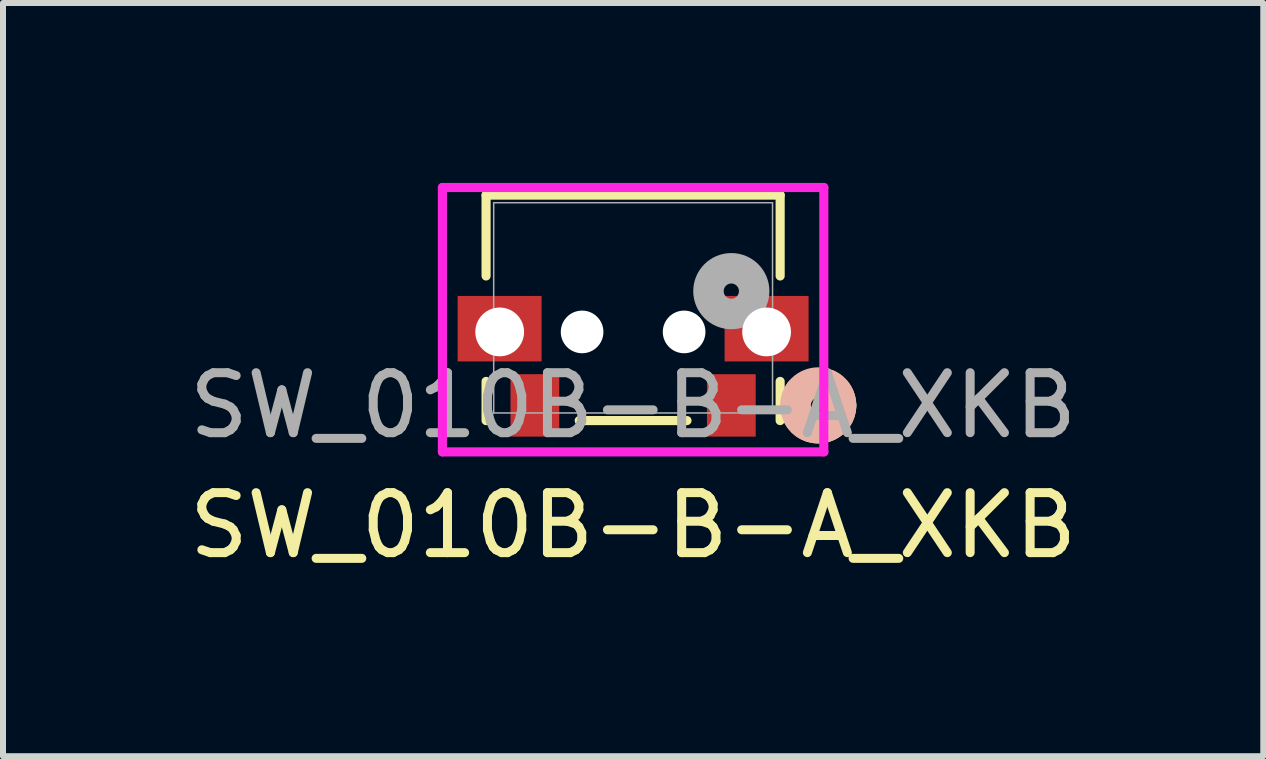
<source format=kicad_pcb>
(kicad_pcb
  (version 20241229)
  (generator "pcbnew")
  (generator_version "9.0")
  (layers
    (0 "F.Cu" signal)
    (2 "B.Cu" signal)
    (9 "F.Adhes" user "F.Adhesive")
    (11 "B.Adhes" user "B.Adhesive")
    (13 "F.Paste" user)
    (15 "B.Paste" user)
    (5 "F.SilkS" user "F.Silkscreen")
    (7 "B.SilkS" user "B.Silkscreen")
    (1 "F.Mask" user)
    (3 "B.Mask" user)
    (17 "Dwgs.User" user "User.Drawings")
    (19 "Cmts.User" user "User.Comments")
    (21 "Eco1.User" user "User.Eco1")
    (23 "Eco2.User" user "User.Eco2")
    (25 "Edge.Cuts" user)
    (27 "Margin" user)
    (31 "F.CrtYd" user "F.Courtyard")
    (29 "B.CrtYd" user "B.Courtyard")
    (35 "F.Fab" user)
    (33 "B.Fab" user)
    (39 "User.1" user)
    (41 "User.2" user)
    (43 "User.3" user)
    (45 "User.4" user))
  (footprint "SW_010B-B-A_XKB"
    (layer "F.Cu")
    (at 9.143 3.709)
    (property "Reference" "SW_010B-B-A_XKB" (at -1.637 2 0) (unlocked yes) (layer "F.SilkS") (effects (font (size 1 1) (thickness 0.15))))
    (attr smd)
    (fp_poly (pts (xy -4.563 -1.825) (xy -3.163 -1.825) (xy -3.163 -0.733) (xy -4.563 -0.733)) (stroke (width 0) (type solid)) (fill yes) (layer "F.Cu"))
    (fp_poly (pts (xy -0.112 -0.733) (xy -0.112 -1.825) (xy 1.288 -1.825) (xy 1.288 -0.733)) (stroke (width 0) (type solid)) (fill yes) (layer "F.Cu"))
    (fp_poly (pts (xy -4.563 -1.825) (xy -3.163 -1.825) (xy -3.163 -0.733) (xy -4.563 -0.733)) (stroke (width 0) (type solid)) (fill yes) (layer "F.Mask"))
    (fp_poly (pts (xy -0.112 -0.733) (xy -0.112 -1.825) (xy 1.288 -1.825) (xy 1.288 -0.733)) (stroke (width 0) (type solid)) (fill yes) (layer "F.Mask"))
    (fp_line (start -4.089 -3.506) (end -4.089 -2.158) (stroke (width 0.152) (type solid)) (layer "F.SilkS"))
    (fp_line (start -4.089 -0.4) (end -4.089 0.253) (stroke (width 0.152) (type solid)) (layer "F.SilkS"))
    (fp_line (start -2.536 0.253) (end -0.739 0.253) (stroke (width 0.152) (type solid)) (layer "F.SilkS"))
    (fp_line (start 0.814 -3.506) (end -4.089 -3.506) (stroke (width 0.152) (type solid)) (layer "F.SilkS"))
    (fp_line (start 0.814 -2.158) (end 0.814 -3.506) (stroke (width 0.152) (type solid)) (layer "F.SilkS"))
    (fp_line (start 0.814 0.253) (end 0.814 -0.4) (stroke (width 0.152) (type solid)) (layer "F.SilkS"))
    (fp_arc (start 1.615955 -0.342277) (mid 1.771805 -0.201741) (end 1.8296 0) (stroke (width 0.508) (type solid)) (layer "F.SilkS"))
    (fp_arc (start 1.8296 0) (mid 1.33164 0.362603) (end 1.13941 -0.222626) (stroke (width 0.508) (type solid)) (layer "F.SilkS"))
    (fp_circle (center 1.449 0) (end 1.83 0) (stroke (width 0.508) (type solid)) (fill no) (layer "B.SilkS"))
    (fp_poly (pts (xy -4.563 -1.825) (xy -3.163 -1.825) (xy -3.163 -0.733) (xy -4.563 -0.733)) (stroke (width 0) (type solid)) (fill yes) (layer "F.Paste"))
    (fp_poly (pts (xy -0.112 -0.733) (xy -0.112 -1.825) (xy 1.288 -1.825) (xy 1.288 -0.733)) (stroke (width 0) (type solid)) (fill yes) (layer "F.Paste"))
    (fp_line (start -4.817 -3.633) (end -4.817 0.775) (stroke (width 0.152) (type solid)) (layer "F.CrtYd"))
    (fp_line (start -4.817 0.775) (end 1.542 0.775) (stroke (width 0.152) (type solid)) (layer "F.CrtYd"))
    (fp_line (start 1.542 -3.633) (end -4.817 -3.633) (stroke (width 0.152) (type solid)) (layer "F.CrtYd"))
    (fp_line (start 1.542 0.775) (end 1.542 -3.633) (stroke (width 0.152) (type solid)) (layer "F.CrtYd"))
    (fp_line (start -3.962 -3.379) (end -3.962 0.126) (stroke (width 0.025) (type solid)) (layer "F.Fab"))
    (fp_line (start -3.962 0.126) (end 0.687 0.126) (stroke (width 0.025) (type solid)) (layer "F.Fab"))
    (fp_line (start 0.687 -3.379) (end -3.962 -3.379) (stroke (width 0.025) (type solid)) (layer "F.Fab"))
    (fp_line (start 0.687 0.126) (end 0.687 -3.379) (stroke (width 0.025) (type solid)) (layer "F.Fab"))
    (fp_circle (center 0 -1.905) (end 0.381 -1.905) (stroke (width 0.508) (type solid)) (fill no) (layer "F.Fab"))
    (fp_text user "${REFERENCE}" (at -1.637 0 0) (unlocked yes) (layer "F.Fab") (effects (font (size 1 1) (thickness 0.15))))
    (pad "" np_thru_hole circle (at -3.862 -1.225) (size 0.813 0.813) (drill 0.813) (layers "*.Cu" "*.Mask"))
    (pad "" np_thru_hole circle (at -2.488 -1.225) (size 0.711 0.711) (drill 0.711) (layers "*.Cu" "*.Mask"))
    (pad "" np_thru_hole circle (at -0.787 -1.225) (size 0.711 0.711) (drill 0.711) (layers "*.Cu" "*.Mask"))
    (pad "" np_thru_hole circle (at 0.588 -1.225) (size 0.813 0.813) (drill 0.813) (layers "*.Cu" "*.Mask"))
    (pad "1" smd rect (at 0 0) (size 0.813 1.041) (layers "F.Cu" "F.Mask" "F.Paste"))
    (pad "2" smd rect (at -3.275 0) (size 0.813 1.041) (layers "F.Cu" "F.Mask" "F.Paste")))
  (gr_rect
    (start -3 -3)
    (end 18.012 9.558)
    (stroke (width 0.1) (type default))
    (fill no)
    (layer "Edge.Cuts")))
</source>
